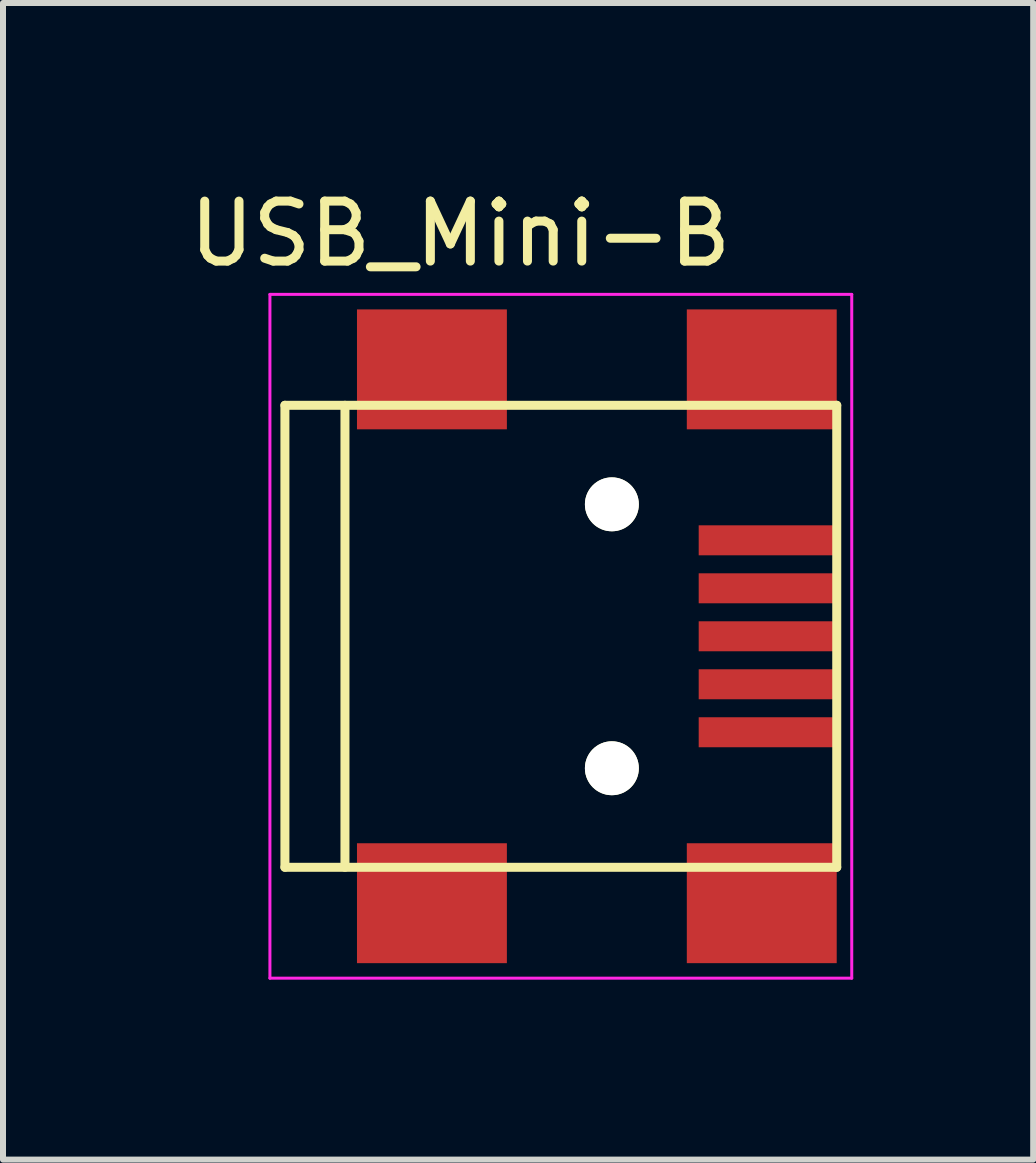
<source format=kicad_pcb>
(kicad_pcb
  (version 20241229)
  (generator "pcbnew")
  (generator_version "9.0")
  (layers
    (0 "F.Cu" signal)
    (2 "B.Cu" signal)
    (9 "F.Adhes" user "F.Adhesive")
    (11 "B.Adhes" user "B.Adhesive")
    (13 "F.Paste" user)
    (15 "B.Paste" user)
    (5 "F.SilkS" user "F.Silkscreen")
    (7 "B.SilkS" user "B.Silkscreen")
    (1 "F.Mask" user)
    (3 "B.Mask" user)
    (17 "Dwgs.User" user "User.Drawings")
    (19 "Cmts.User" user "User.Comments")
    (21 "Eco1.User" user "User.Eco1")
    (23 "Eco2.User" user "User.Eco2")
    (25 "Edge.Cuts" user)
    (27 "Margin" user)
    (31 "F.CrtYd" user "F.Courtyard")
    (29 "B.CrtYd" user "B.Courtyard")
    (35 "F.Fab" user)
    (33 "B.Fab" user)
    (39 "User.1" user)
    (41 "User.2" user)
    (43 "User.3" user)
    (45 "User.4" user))
  (footprint "USB_Mini-B"
    (layer "F.Cu")
    (at 6.3 7.558)
    (property "Reference" "USB_Mini-B" (at -1.675 -6.71 0) (layer "F.SilkS") (effects (font (size 1 1) (thickness 0.15))))
    (attr smd)
    (fp_line (start -4.6 -3.851) (end -4.6 3.851) (stroke (width 0.15) (type solid)) (layer "F.SilkS"))
    (fp_line (start -4.6 3.851) (end 4.6 3.851) (stroke (width 0.15) (type solid)) (layer "F.SilkS"))
    (fp_line (start -3.599 -3.851) (end -3.599 3.851) (stroke (width 0.15) (type solid)) (layer "F.SilkS"))
    (fp_line (start 4.6 -3.851) (end -4.6 -3.851) (stroke (width 0.15) (type solid)) (layer "F.SilkS"))
    (fp_line (start 4.6 3.851) (end 4.6 -3.851) (stroke (width 0.15) (type solid)) (layer "F.SilkS"))
    (fp_line (start -4.85 -5.7) (end 4.85 -5.7) (stroke (width 0.05) (type solid)) (layer "F.CrtYd"))
    (fp_line (start -4.85 5.7) (end -4.85 -5.7) (stroke (width 0.05) (type solid)) (layer "F.CrtYd"))
    (fp_line (start 4.85 -5.7) (end 4.85 5.7) (stroke (width 0.05) (type solid)) (layer "F.CrtYd"))
    (fp_line (start 4.85 5.7) (end -4.85 5.7) (stroke (width 0.05) (type solid)) (layer "F.CrtYd"))
    (pad "" np_thru_hole circle (at 0.851 -2.2) (size 0.899 0.899) (drill 0.899) (layers "*.Cu" "*.Mask" "F.SilkS"))
    (pad "" np_thru_hole circle (at 0.851 2.2) (size 0.899 0.899) (drill 0.899) (layers "*.Cu" "*.Mask" "F.SilkS"))
    (pad "1" smd rect (at 3.449 -1.6) (size 2.301 0.5) (layers "F.Cu" "F.Mask" "F.Paste"))
    (pad "2" smd rect (at 3.449 -0.8) (size 2.301 0.5) (layers "F.Cu" "F.Mask" "F.Paste"))
    (pad "3" smd rect (at 3.449 0) (size 2.301 0.5) (layers "F.Cu" "F.Mask" "F.Paste"))
    (pad "4" smd rect (at 3.449 0.8) (size 2.301 0.5) (layers "F.Cu" "F.Mask" "F.Paste"))
    (pad "5" smd rect (at 3.449 1.6) (size 2.301 0.5) (layers "F.Cu" "F.Mask" "F.Paste"))
    (pad "6" smd rect (at -2.149 4.45) (size 2.499 1.999) (layers "F.Cu" "F.Mask" "F.Paste"))
    (pad "7" smd rect (at -2.149 -4.45) (size 2.499 1.999) (layers "F.Cu" "F.Mask" "F.Paste"))
    (pad "8" smd rect (at 3.35 -4.45) (size 2.499 1.999) (layers "F.Cu" "F.Mask" "F.Paste"))
    (pad "9" smd rect (at 3.35 4.45) (size 2.499 1.999) (layers "F.Cu" "F.Mask" "F.Paste")))
  (gr_rect
    (start -3 -3)
    (end 14.175 16.283)
    (stroke (width 0.1) (type default))
    (fill no)
    (layer "Edge.Cuts")))
</source>
